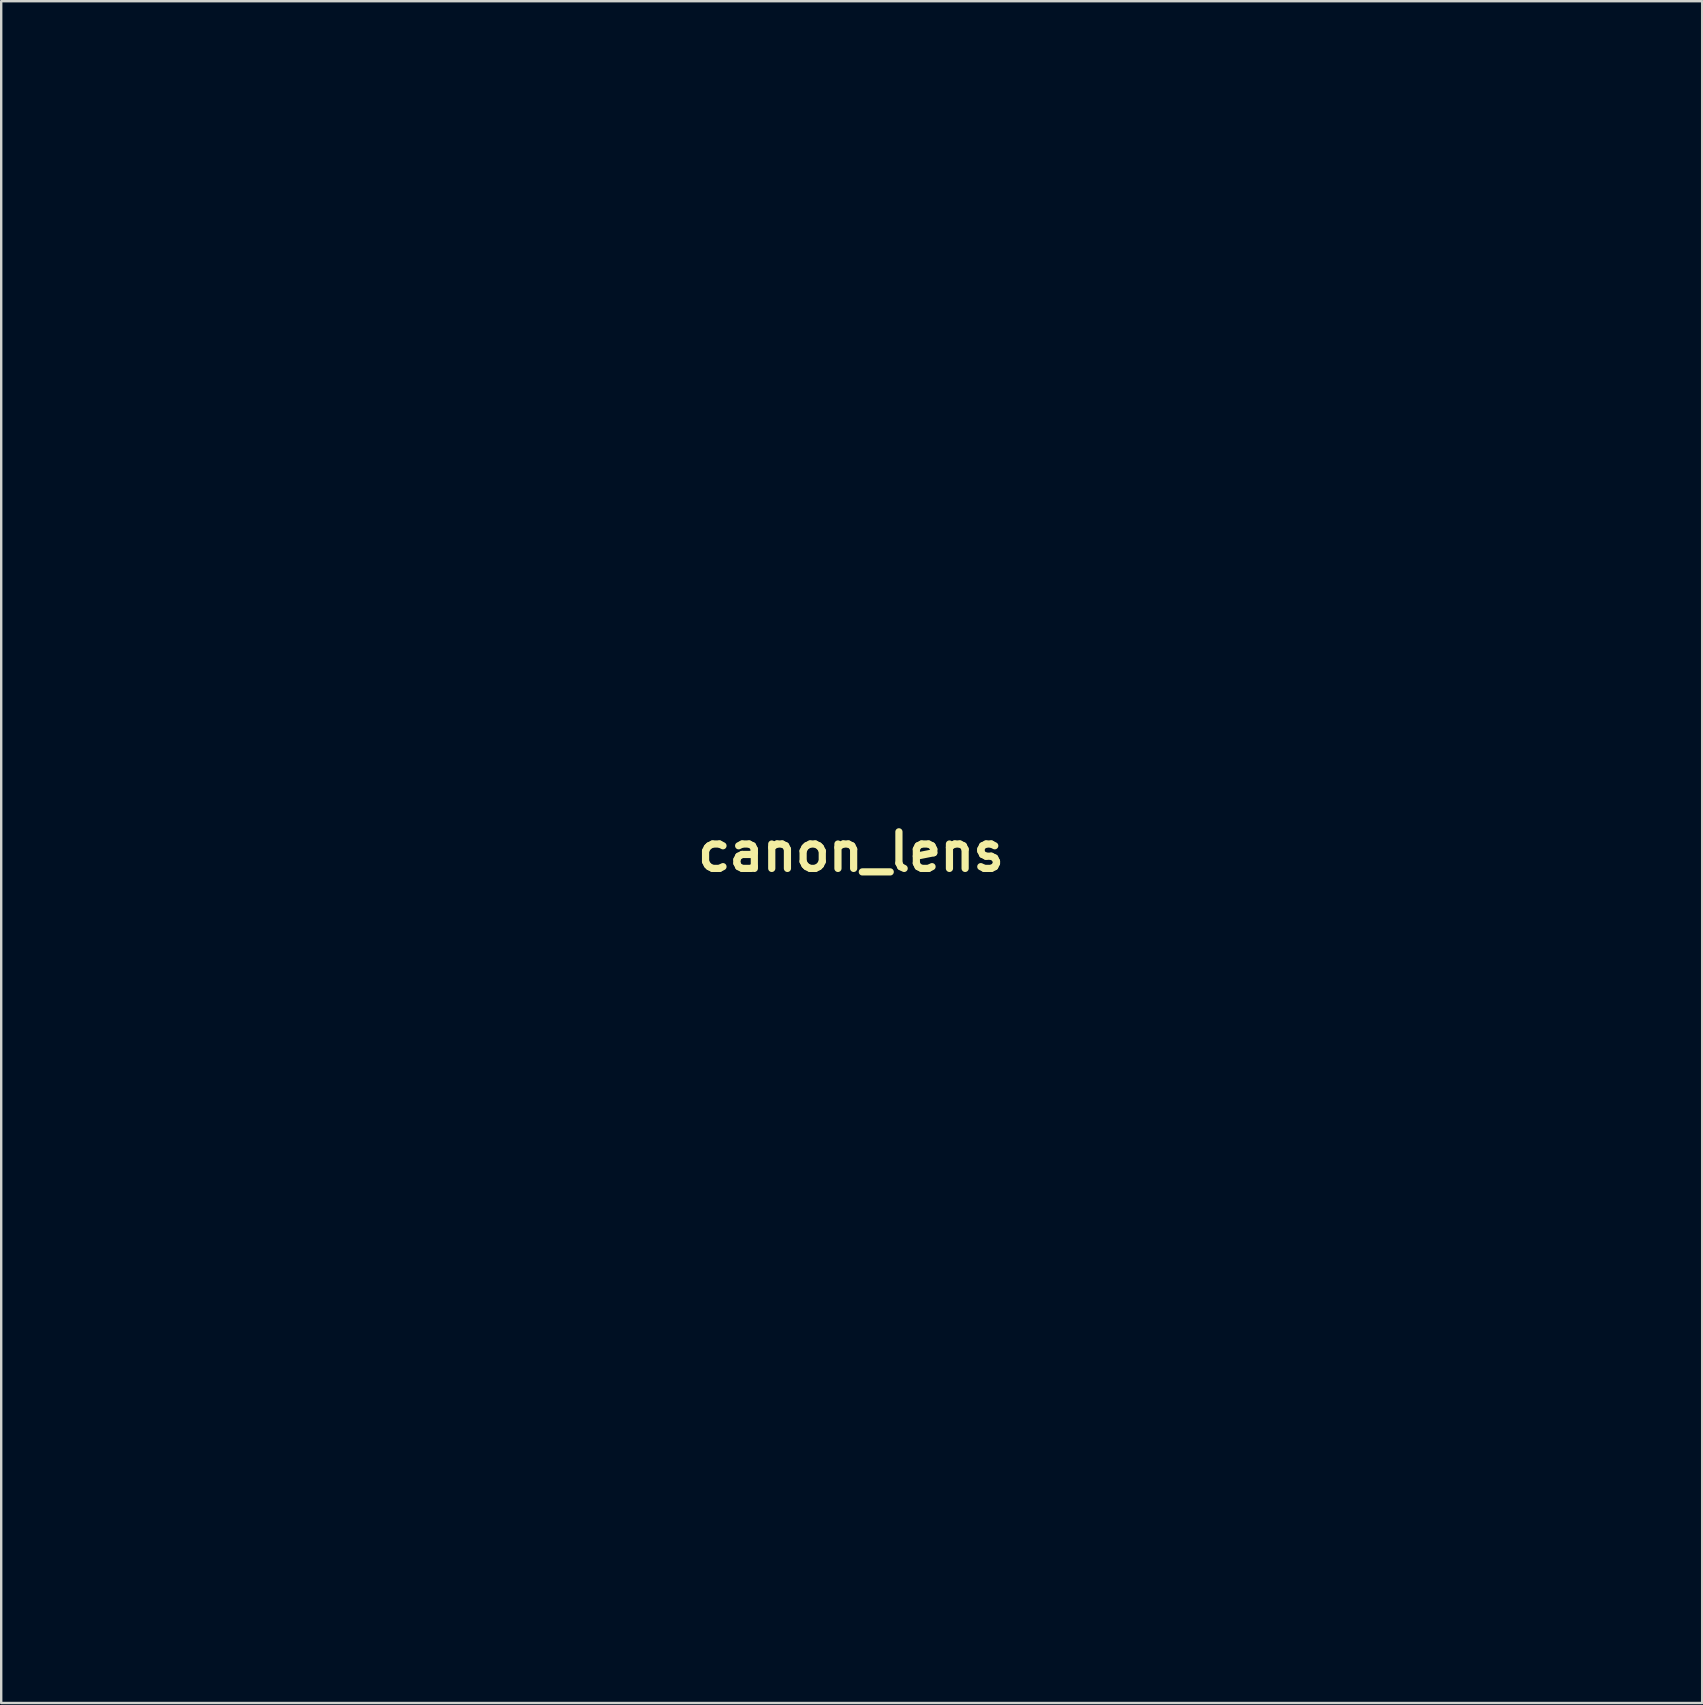
<source format=kicad_pcb>
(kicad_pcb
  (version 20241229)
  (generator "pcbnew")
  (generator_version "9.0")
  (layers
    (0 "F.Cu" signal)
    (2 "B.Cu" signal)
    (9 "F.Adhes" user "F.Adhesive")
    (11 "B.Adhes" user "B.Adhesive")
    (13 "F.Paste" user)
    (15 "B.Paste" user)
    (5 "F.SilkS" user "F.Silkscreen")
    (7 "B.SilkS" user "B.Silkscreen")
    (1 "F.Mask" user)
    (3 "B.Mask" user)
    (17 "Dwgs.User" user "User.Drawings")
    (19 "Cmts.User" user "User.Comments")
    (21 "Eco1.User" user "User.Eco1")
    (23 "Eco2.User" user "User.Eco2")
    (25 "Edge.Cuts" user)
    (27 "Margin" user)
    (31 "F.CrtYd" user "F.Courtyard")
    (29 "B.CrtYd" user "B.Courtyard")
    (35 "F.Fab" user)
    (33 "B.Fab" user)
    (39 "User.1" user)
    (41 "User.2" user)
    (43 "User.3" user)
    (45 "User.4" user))
  (footprint "canon_lens"
    (layer "F.Cu")
    (at 32.401 32.436)
    (property "Reference" "canon_lens" (at 0 0 0) (layer "F.SilkS") (effects (font (size 1.524 1.524) (thickness 0.3))))
    (attr through_hole)
    (fp_poly (pts (xy -11.016 24.08) (xy -11.061 24.125) (xy -11.107 24.08) (xy -11.061 24.034) (xy -11.016 24.08)) (stroke (width 0.01) (type solid)) (fill no) (layer "Eco1.User"))
    (fp_poly (pts (xy -2.276 20.803) (xy -2.322 20.848) (xy -2.367 20.803) (xy -2.322 20.757) (xy -2.276 20.803)) (stroke (width 0.01) (type solid)) (fill no) (layer "Eco1.User"))
    (fp_poly (pts (xy -3.457 21.744) (xy -3.384 21.932) (xy -3.419 22.183) (xy -3.584 22.344) (xy -3.841 22.39) (xy -4.074 22.335) (xy -4.151 22.222) (xy -4.18 22.05) (xy -4.027 22.05) (xy -3.954 22.162) (xy -3.764 22.251) (xy -3.588 22.183) (xy -3.516 22.073) (xy -3.534 21.909) (xy -3.66 21.767) (xy -3.825 21.715) (xy -3.865 21.724) (xy -4.02 21.86) (xy -4.027 22.05) (xy -4.18 22.05) (xy -4.187 22.007) (xy -4.188 21.98) (xy -4.163 21.758) (xy -4.059 21.648) (xy -3.946 21.61) (xy -3.657 21.606) (xy -3.457 21.744)) (stroke (width 0.01) (type solid)) (fill no) (layer "Eco1.User"))
    (fp_poly (pts (xy 0.296 -0.381) (xy 0.434 -0.171) (xy 0.455 0) (xy 0.385 0.273) (xy 0.195 0.427) (xy -0.084 0.444) (xy -0.25 0.395) (xy -0.332 0.277) (xy -0.36 0.068) (xy -0.167 0.068) (xy -0.08 0.221) (xy 0.068 0.256) (xy 0.2 0.147) (xy 0.228 0) (xy 0.171 -0.178) (xy 0.045 -0.262) (xy -0.089 -0.229) (xy -0.147 -0.143) (xy -0.167 0.068) (xy -0.36 0.068) (xy -0.361 0.064) (xy -0.338 -0.168) (xy -0.261 -0.339) (xy -0.255 -0.346) (xy -0.077 -0.437) (xy 0.046 -0.455) (xy 0.296 -0.381)) (stroke (width 0.01) (type solid)) (fill no) (layer "Eco1.User"))
    (fp_poly (pts (xy 24.04 -18.05) (xy 24.193 -17.861) (xy 24.216 -17.707) (xy 24.142 -17.457) (xy 23.932 -17.319) (xy 23.761 -17.297) (xy 23.539 -17.337) (xy 23.415 -17.407) (xy 23.324 -17.584) (xy 23.306 -17.707) (xy 23.32 -17.754) (xy 23.525 -17.754) (xy 23.538 -17.636) (xy 23.664 -17.508) (xy 23.842 -17.491) (xy 23.985 -17.586) (xy 24.004 -17.623) (xy 23.992 -17.799) (xy 23.929 -17.897) (xy 23.765 -17.963) (xy 23.609 -17.901) (xy 23.525 -17.754) (xy 23.32 -17.754) (xy 23.38 -17.958) (xy 23.59 -18.095) (xy 23.761 -18.117) (xy 24.04 -18.05)) (stroke (width 0.01) (type solid)) (fill no) (layer "Eco1.User"))
    (fp_poly (pts (xy -23.469 17.495) (xy -23.263 17.601) (xy -23.212 17.668) (xy -23.172 17.896) (xy -23.267 18.1) (xy -23.45 18.246) (xy -23.672 18.298) (xy -23.887 18.223) (xy -23.925 18.19) (xy -24.023 17.982) (xy -24.016 17.865) (xy -23.829 17.865) (xy -23.822 17.973) (xy -23.699 18.092) (xy -23.522 18.106) (xy -23.381 18.015) (xy -23.365 17.983) (xy -23.382 17.819) (xy -23.46 17.703) (xy -23.588 17.607) (xy -23.698 17.652) (xy -23.741 17.694) (xy -23.829 17.865) (xy -24.016 17.865) (xy -24.008 17.735) (xy -23.925 17.589) (xy -23.718 17.488) (xy -23.469 17.495)) (stroke (width 0.01) (type solid)) (fill no) (layer "Eco1.User"))
    (fp_poly (pts (xy -23.384 -18.271) (xy -23.22 -18.168) (xy -23.148 -17.984) (xy -23.14 -17.781) (xy -23.195 -17.593) (xy -23.34 -17.519) (xy -23.443 -17.507) (xy -23.677 -17.51) (xy -23.83 -17.538) (xy -23.916 -17.659) (xy -23.936 -17.837) (xy -23.751 -17.837) (xy -23.697 -17.684) (xy -23.665 -17.658) (xy -23.468 -17.626) (xy -23.304 -17.737) (xy -23.276 -17.791) (xy -23.281 -17.977) (xy -23.413 -18.094) (xy -23.544 -18.102) (xy -23.692 -18.004) (xy -23.751 -17.837) (xy -23.936 -17.837) (xy -23.94 -17.869) (xy -23.899 -18.083) (xy -23.834 -18.19) (xy -23.627 -18.288) (xy -23.384 -18.271)) (stroke (width 0.01) (type solid)) (fill no) (layer "Eco1.User"))
    (fp_poly (pts (xy -5.73 21.188) (xy -5.577 21.377) (xy -5.553 21.531) (xy -5.626 21.775) (xy -5.815 21.913) (xy -6.076 21.929) (xy -6.304 21.842) (xy -6.433 21.676) (xy -6.451 21.494) (xy -6.239 21.494) (xy -6.23 21.606) (xy -6.105 21.731) (xy -5.926 21.747) (xy -5.783 21.65) (xy -5.766 21.615) (xy -5.78 21.444) (xy -5.86 21.322) (xy -5.989 21.223) (xy -6.097 21.264) (xy -6.149 21.313) (xy -6.239 21.494) (xy -6.451 21.494) (xy -6.455 21.446) (xy -6.363 21.24) (xy -6.355 21.23) (xy -6.184 21.146) (xy -6.009 21.121) (xy -5.73 21.188)) (stroke (width 0.01) (type solid)) (fill no) (layer "Eco1.User"))
    (fp_poly (pts (xy 2.175 21.886) (xy 2.231 21.941) (xy 2.341 22.113) (xy 2.316 22.296) (xy 2.292 22.351) (xy 2.127 22.521) (xy 1.885 22.585) (xy 1.644 22.528) (xy 1.566 22.469) (xy 1.475 22.291) (xy 1.457 22.172) (xy 1.66 22.172) (xy 1.731 22.351) (xy 1.839 22.466) (xy 1.925 22.453) (xy 2.038 22.348) (xy 2.131 22.167) (xy 2.08 22.01) (xy 1.907 21.941) (xy 1.899 21.941) (xy 1.722 22.009) (xy 1.66 22.172) (xy 1.457 22.172) (xy 1.457 22.168) (xy 1.527 21.925) (xy 1.705 21.787) (xy 1.938 21.769) (xy 2.175 21.886)) (stroke (width 0.01) (type solid)) (fill no) (layer "Eco1.User"))
    (fp_poly (pts (xy 4.393 21.468) (xy 4.531 21.679) (xy 4.552 21.849) (xy 4.485 22.128) (xy 4.296 22.281) (xy 4.142 22.305) (xy 3.933 22.255) (xy 3.842 22.195) (xy 3.758 22.025) (xy 3.74 21.899) (xy 3.921 21.899) (xy 3.992 22.037) (xy 4.028 22.056) (xy 4.246 22.054) (xy 4.397 21.91) (xy 4.403 21.895) (xy 4.383 21.741) (xy 4.251 21.624) (xy 4.077 21.601) (xy 4.052 21.609) (xy 3.943 21.726) (xy 3.921 21.899) (xy 3.74 21.899) (xy 3.733 21.849) (xy 3.799 21.571) (xy 3.988 21.418) (xy 4.142 21.394) (xy 4.393 21.468)) (stroke (width 0.01) (type solid)) (fill no) (layer "Eco1.User"))
    (fp_poly (pts (xy 6.487 21.013) (xy 6.624 21.223) (xy 6.646 21.394) (xy 6.579 21.673) (xy 6.39 21.826) (xy 6.236 21.849) (xy 6.027 21.8) (xy 5.936 21.74) (xy 5.852 21.57) (xy 5.834 21.45) (xy 6.016 21.45) (xy 6.092 21.59) (xy 6.122 21.607) (xy 6.302 21.653) (xy 6.412 21.574) (xy 6.459 21.495) (xy 6.48 21.308) (xy 6.372 21.171) (xy 6.189 21.141) (xy 6.146 21.154) (xy 6.035 21.273) (xy 6.016 21.45) (xy 5.834 21.45) (xy 5.827 21.394) (xy 5.893 21.116) (xy 6.082 20.963) (xy 6.236 20.939) (xy 6.487 21.013)) (stroke (width 0.01) (type solid)) (fill no) (layer "Eco1.User"))
    (fp_poly (pts (xy 8.672 20.285) (xy 8.809 20.495) (xy 8.831 20.666) (xy 8.764 20.944) (xy 8.575 21.097) (xy 8.421 21.121) (xy 8.212 21.072) (xy 8.121 21.012) (xy 8.037 20.842) (xy 8.019 20.716) (xy 8.2 20.716) (xy 8.271 20.853) (xy 8.307 20.873) (xy 8.525 20.87) (xy 8.676 20.726) (xy 8.682 20.711) (xy 8.662 20.557) (xy 8.53 20.441) (xy 8.355 20.418) (xy 8.331 20.425) (xy 8.221 20.542) (xy 8.2 20.716) (xy 8.019 20.716) (xy 8.011 20.666) (xy 8.078 20.387) (xy 8.267 20.235) (xy 8.421 20.211) (xy 8.672 20.285)) (stroke (width 0.01) (type solid)) (fill no) (layer "Eco1.User"))
    (fp_poly (pts (xy 24.057 17.463) (xy 24.195 17.673) (xy 24.216 17.844) (xy 24.15 18.122) (xy 23.961 18.275) (xy 23.807 18.299) (xy 23.598 18.25) (xy 23.506 18.19) (xy 23.422 18.019) (xy 23.397 17.846) (xy 23.579 17.846) (xy 23.658 18.027) (xy 23.864 18.11) (xy 23.962 18.055) (xy 24.038 17.976) (xy 24.107 17.837) (xy 24.024 17.703) (xy 24.02 17.699) (xy 23.841 17.614) (xy 23.671 17.66) (xy 23.581 17.812) (xy 23.579 17.846) (xy 23.397 17.846) (xy 23.397 17.844) (xy 23.464 17.565) (xy 23.653 17.412) (xy 23.807 17.389) (xy 24.057 17.463)) (stroke (width 0.01) (type solid)) (fill no) (layer "Eco1.User"))
    (fp_poly (pts (xy 29.94 -0.233) (xy 30.058 -0.048) (xy 30.114 0.151) (xy 30.04 0.314) (xy 29.998 0.364) (xy 29.769 0.514) (xy 29.516 0.533) (xy 29.333 0.437) (xy 29.225 0.221) (xy 29.234 0.077) (xy 29.422 0.077) (xy 29.434 0.236) (xy 29.52 0.304) (xy 29.692 0.35) (xy 29.811 0.284) (xy 29.865 0.223) (xy 29.932 0.088) (xy 29.854 -0.046) (xy 29.835 -0.065) (xy 29.696 -0.161) (xy 29.565 -0.11) (xy 29.547 -0.095) (xy 29.422 0.077) (xy 29.234 0.077) (xy 29.24 -0.029) (xy 29.365 -0.234) (xy 29.445 -0.287) (xy 29.724 -0.345) (xy 29.94 -0.233)) (stroke (width 0.01) (type solid)) (fill no) (layer "Eco1.User"))
    (fp_poly (pts (xy -7.848 20.442) (xy -7.757 20.502) (xy -7.665 20.68) (xy -7.647 20.803) (xy -7.721 21.046) (xy -7.916 21.185) (xy -8.194 21.198) (xy -8.353 21.152) (xy -8.439 21.033) (xy -8.463 20.825) (xy -8.456 20.79) (xy -8.324 20.79) (xy -8.236 20.974) (xy -8.229 20.982) (xy -8.104 21.093) (xy -8.057 21.121) (xy -7.975 21.065) (xy -7.885 20.982) (xy -7.79 20.797) (xy -7.852 20.643) (xy -8.046 20.575) (xy -8.057 20.575) (xy -8.257 20.638) (xy -8.324 20.79) (xy -8.456 20.79) (xy -8.423 20.611) (xy -8.357 20.502) (xy -8.18 20.411) (xy -8.057 20.393) (xy -7.848 20.442)) (stroke (width 0.01) (type solid)) (fill no) (layer "Eco1.User"))
    (fp_poly (pts (xy -0.159 21.894) (xy 0.046 22.065) (xy 0.054 22.077) (xy 0.15 22.255) (xy 0.135 22.395) (xy 0.054 22.532) (xy -0.149 22.722) (xy -0.397 22.736) (xy -0.569 22.662) (xy -0.689 22.501) (xy -0.726 22.262) (xy -0.723 22.251) (xy -0.546 22.251) (xy -0.486 22.403) (xy -0.358 22.539) (xy -0.266 22.578) (xy -0.164 22.516) (xy -0.087 22.437) (xy -0.018 22.298) (xy -0.101 22.164) (xy -0.105 22.16) (xy -0.271 22.081) (xy -0.443 22.104) (xy -0.542 22.215) (xy -0.546 22.251) (xy -0.723 22.251) (xy -0.673 22.034) (xy -0.619 21.959) (xy -0.403 21.854) (xy -0.159 21.894)) (stroke (width 0.01) (type solid)) (fill no) (layer "Eco1.User"))
    (fp_poly (pts (xy -5.573 20.823) (xy -5.469 20.902) (xy -5.248 21.182) (xy -5.176 21.49) (xy -5.232 21.792) (xy -5.396 22.054) (xy -5.644 22.244) (xy -5.956 22.327) (xy -6.31 22.272) (xy -6.35 22.256) (xy -6.649 22.046) (xy -6.809 21.753) (xy -6.819 21.517) (xy -6.646 21.517) (xy -6.572 21.838) (xy -6.38 22.057) (xy -6.11 22.158) (xy -5.804 22.123) (xy -5.531 21.961) (xy -5.398 21.736) (xy -5.378 21.446) (xy -5.469 21.164) (xy -5.571 21.034) (xy -5.854 20.872) (xy -6.147 20.864) (xy -6.407 20.989) (xy -6.588 21.228) (xy -6.646 21.517) (xy -6.819 21.517) (xy -6.824 21.418) (xy -6.687 21.084) (xy -6.562 20.932) (xy -6.245 20.714) (xy -5.914 20.678) (xy -5.573 20.823)) (stroke (width 0.01) (type solid)) (fill no) (layer "Eco1.User"))
    (fp_poly (pts (xy 6.415 20.592) (xy 6.758 20.76) (xy 6.798 20.793) (xy 7.006 21.073) (xy 7.067 21.392) (xy 6.999 21.708) (xy 6.817 21.978) (xy 6.539 22.16) (xy 6.243 22.214) (xy 5.953 22.156) (xy 5.709 22.03) (xy 5.478 21.744) (xy 5.407 21.399) (xy 5.419 21.354) (xy 5.564 21.354) (xy 5.606 21.584) (xy 5.742 21.792) (xy 5.997 21.986) (xy 6.303 22.028) (xy 6.608 21.913) (xy 6.708 21.834) (xy 6.888 21.568) (xy 6.887 21.279) (xy 6.73 20.997) (xy 6.495 20.803) (xy 6.252 20.758) (xy 5.962 20.791) (xy 5.777 20.91) (xy 5.658 21.092) (xy 5.564 21.354) (xy 5.419 21.354) (xy 5.503 21.039) (xy 5.746 20.739) (xy 6.064 20.587) (xy 6.415 20.592)) (stroke (width 0.01) (type solid)) (fill no) (layer "Eco1.User"))
    (fp_poly (pts (xy 8.775 19.922) (xy 9.039 20.122) (xy 9.203 20.402) (xy 9.252 20.721) (xy 9.167 21.037) (xy 8.983 21.267) (xy 8.644 21.451) (xy 8.269 21.46) (xy 8.011 21.367) (xy 7.743 21.149) (xy 7.611 20.863) (xy 7.605 20.626) (xy 7.749 20.626) (xy 7.791 20.856) (xy 7.927 21.063) (xy 8.182 21.258) (xy 8.488 21.3) (xy 8.793 21.185) (xy 8.893 21.105) (xy 9.073 20.84) (xy 9.071 20.551) (xy 8.915 20.269) (xy 8.68 20.075) (xy 8.437 20.03) (xy 8.147 20.062) (xy 7.962 20.182) (xy 7.843 20.364) (xy 7.749 20.626) (xy 7.605 20.626) (xy 7.604 20.553) (xy 7.711 20.256) (xy 7.92 20.016) (xy 8.222 19.871) (xy 8.428 19.847) (xy 8.775 19.922)) (stroke (width 0.01) (type solid)) (fill no) (layer "Eco1.User"))
    (fp_poly (pts (xy -7.715 20.066) (xy -7.455 20.261) (xy -7.291 20.535) (xy -7.235 20.848) (xy -7.298 21.157) (xy -7.49 21.423) (xy -7.656 21.535) (xy -8.037 21.657) (xy -8.382 21.602) (xy -8.619 21.449) (xy -8.823 21.171) (xy -8.874 20.904) (xy -8.74 20.904) (xy -8.664 21.094) (xy -8.479 21.289) (xy -8.246 21.437) (xy -8.057 21.485) (xy -7.83 21.422) (xy -7.605 21.27) (xy -7.598 21.262) (xy -7.42 21.033) (xy -7.387 20.807) (xy -7.477 20.54) (xy -7.67 20.288) (xy -7.926 20.173) (xy -8.202 20.184) (xy -8.457 20.308) (xy -8.65 20.534) (xy -8.738 20.849) (xy -8.74 20.904) (xy -8.874 20.904) (xy -8.885 20.849) (xy -8.819 20.527) (xy -8.642 20.248) (xy -8.372 20.056) (xy -8.062 19.992) (xy -7.715 20.066)) (stroke (width 0.01) (type solid)) (fill no) (layer "Eco1.User"))
    (fp_poly (pts (xy -0.003 21.519) (xy 0.206 21.652) (xy 0.311 21.765) (xy 0.51 22.108) (xy 0.528 22.442) (xy 0.365 22.764) (xy 0.28 22.858) (xy -0.042 23.074) (xy -0.388 23.129) (xy -0.719 23.02) (xy -0.869 22.901) (xy -1.038 22.654) (xy -1.092 22.334) (xy -1.092 22.305) (xy -0.941 22.305) (xy -0.864 22.61) (xy -0.667 22.829) (xy -0.396 22.941) (xy -0.1 22.927) (xy 0.174 22.768) (xy 0.182 22.76) (xy 0.34 22.494) (xy 0.35 22.206) (xy 0.233 21.941) (xy 0.011 21.746) (xy -0.297 21.667) (xy -0.308 21.667) (xy -0.63 21.746) (xy -0.852 21.961) (xy -0.94 22.28) (xy -0.941 22.305) (xy -1.092 22.305) (xy -1.019 21.918) (xy -0.809 21.645) (xy -0.479 21.503) (xy -0.285 21.485) (xy -0.003 21.519)) (stroke (width 0.01) (type solid)) (fill no) (layer "Eco1.User"))
    (fp_poly (pts (xy 2.154 21.399) (xy 2.456 21.584) (xy 2.654 21.876) (xy 2.725 22.219) (xy 2.649 22.56) (xy 2.637 22.583) (xy 2.465 22.769) (xy 2.198 22.933) (xy 1.925 23.024) (xy 1.848 23.03) (xy 1.634 22.985) (xy 1.502 22.928) (xy 1.23 22.707) (xy 1.106 22.404) (xy 1.092 22.216) (xy 1.112 22.11) (xy 1.228 22.11) (xy 1.279 22.407) (xy 1.478 22.7) (xy 1.743 22.839) (xy 2.04 22.815) (xy 2.326 22.627) (xy 2.507 22.342) (xy 2.532 22.041) (xy 2.41 21.772) (xy 2.15 21.581) (xy 2.128 21.572) (xy 1.802 21.527) (xy 1.521 21.625) (xy 1.318 21.831) (xy 1.228 22.11) (xy 1.112 22.11) (xy 1.165 21.825) (xy 1.364 21.538) (xy 1.66 21.377) (xy 2.021 21.365) (xy 2.154 21.399)) (stroke (width 0.01) (type solid)) (fill no) (layer "Eco1.User"))
    (fp_poly (pts (xy 4.532 21.129) (xy 4.704 21.248) (xy 4.911 21.528) (xy 4.972 21.847) (xy 4.904 22.163) (xy 4.723 22.434) (xy 4.447 22.616) (xy 4.157 22.669) (xy 3.878 22.623) (xy 3.656 22.523) (xy 3.409 22.251) (xy 3.323 21.907) (xy 3.339 21.81) (xy 3.47 21.81) (xy 3.512 22.039) (xy 3.648 22.247) (xy 3.878 22.439) (xy 4.142 22.487) (xy 4.435 22.425) (xy 4.636 22.247) (xy 4.768 22.035) (xy 4.825 21.854) (xy 4.825 21.849) (xy 4.745 21.588) (xy 4.542 21.362) (xy 4.278 21.229) (xy 4.158 21.214) (xy 3.869 21.246) (xy 3.683 21.365) (xy 3.564 21.548) (xy 3.47 21.81) (xy 3.339 21.81) (xy 3.373 21.609) (xy 3.563 21.28) (xy 3.848 21.082) (xy 4.185 21.028) (xy 4.532 21.129)) (stroke (width 0.01) (type solid)) (fill no) (layer "Eco1.User"))
    (fp_poly (pts (xy -3.518 21.209) (xy -3.253 21.376) (xy -3.062 21.623) (xy -2.969 21.918) (xy -2.999 22.228) (xy -3.178 22.52) (xy -3.191 22.533) (xy -3.464 22.717) (xy -3.785 22.814) (xy -4.073 22.798) (xy -4.097 22.79) (xy -4.392 22.589) (xy -4.566 22.299) (xy -4.612 21.986) (xy -4.461 21.986) (xy -4.388 22.232) (xy -4.208 22.468) (xy -3.978 22.631) (xy -3.822 22.669) (xy -3.58 22.625) (xy -3.449 22.572) (xy -3.229 22.371) (xy -3.144 22.108) (xy -3.179 21.827) (xy -3.32 21.571) (xy -3.551 21.382) (xy -3.859 21.303) (xy -3.878 21.303) (xy -4.069 21.379) (xy -4.265 21.565) (xy -4.413 21.797) (xy -4.461 21.986) (xy -4.612 21.986) (xy -4.615 21.966) (xy -4.538 21.637) (xy -4.333 21.359) (xy -4.168 21.248) (xy -3.831 21.155) (xy -3.518 21.209)) (stroke (width 0.01) (type solid)) (fill no) (layer "Eco1.User"))
    (fp_poly (pts (xy 30.005 -1.055) (xy 30.222 -0.976) (xy 30.42 -0.826) (xy 30.624 -0.6) (xy 30.663 -0.545) (xy 30.802 -0.29) (xy 30.849 -0.029) (xy 30.838 0.213) (xy 30.715 0.652) (xy 30.457 0.993) (xy 30.094 1.216) (xy 29.654 1.3) (xy 29.332 1.268) (xy 28.937 1.103) (xy 28.655 0.818) (xy 28.496 0.442) (xy 28.476 0.077) (xy 28.612 0.077) (xy 28.642 0.298) (xy 28.734 0.515) (xy 28.995 0.868) (xy 29.341 1.077) (xy 29.737 1.13) (xy 30.144 1.019) (xy 30.278 0.943) (xy 30.52 0.68) (xy 30.657 0.299) (xy 30.68 0.032) (xy 30.638 -0.233) (xy 30.486 -0.477) (xy 30.371 -0.601) (xy 30.138 -0.801) (xy 29.917 -0.891) (xy 29.655 -0.91) (xy 29.224 -0.837) (xy 28.901 -0.617) (xy 28.69 -0.254) (xy 28.668 -0.186) (xy 28.612 0.077) (xy 28.476 0.077) (xy 28.472 0.006) (xy 28.592 -0.46) (xy 28.67 -0.624) (xy 28.891 -0.86) (xy 29.225 -1.019) (xy 29.615 -1.088) (xy 30.005 -1.055)) (stroke (width 0.01) (type solid)) (fill no) (layer "Eco1.User"))
    (fp_poly (pts (xy 24.208 -19.153) (xy 24.642 -18.957) (xy 24.668 -18.939) (xy 24.948 -18.652) (xy 25.171 -18.265) (xy 25.295 -17.858) (xy 25.307 -17.713) (xy 25.227 -17.253) (xy 25.002 -16.852) (xy 24.666 -16.532) (xy 24.25 -16.311) (xy 23.787 -16.211) (xy 23.312 -16.253) (xy 23.078 -16.333) (xy 22.687 -16.597) (xy 22.415 -16.969) (xy 22.272 -17.412) (xy 22.269 -17.707) (xy 22.448 -17.707) (xy 22.509 -17.231) (xy 22.704 -16.864) (xy 23.049 -16.572) (xy 23.061 -16.565) (xy 23.455 -16.419) (xy 23.905 -16.397) (xy 24.33 -16.499) (xy 24.468 -16.569) (xy 24.828 -16.882) (xy 25.043 -17.269) (xy 25.113 -17.696) (xy 25.037 -18.126) (xy 24.815 -18.522) (xy 24.49 -18.822) (xy 24.1 -18.988) (xy 23.654 -19.024) (xy 23.223 -18.93) (xy 23.061 -18.849) (xy 22.711 -18.559) (xy 22.512 -18.194) (xy 22.448 -17.722) (xy 22.448 -17.707) (xy 22.269 -17.707) (xy 22.267 -17.891) (xy 22.409 -18.368) (xy 22.528 -18.581) (xy 22.848 -18.912) (xy 23.265 -19.122) (xy 23.734 -19.205) (xy 24.208 -19.153)) (stroke (width 0.01) (type solid)) (fill no) (layer "Eco1.User"))
    (fp_poly (pts (xy -23.426 -19.366) (xy -22.928 -19.254) (xy -22.531 -19.016) (xy -22.243 -18.683) (xy -22.072 -18.285) (xy -22.023 -17.851) (xy -22.106 -17.411) (xy -22.327 -16.996) (xy -22.693 -16.636) (xy -22.753 -16.594) (xy -23.149 -16.425) (xy -23.604 -16.381) (xy -24.046 -16.462) (xy -24.308 -16.592) (xy -24.712 -16.961) (xy -24.952 -17.395) (xy -25.015 -17.806) (xy -24.843 -17.806) (xy -24.823 -17.552) (xy -24.819 -17.537) (xy -24.699 -17.276) (xy -24.491 -16.994) (xy -24.252 -16.76) (xy -24.087 -16.657) (xy -23.706 -16.578) (xy -23.275 -16.598) (xy -22.886 -16.709) (xy -22.791 -16.76) (xy -22.462 -17.059) (xy -22.268 -17.44) (xy -22.209 -17.862) (xy -22.283 -18.288) (xy -22.488 -18.679) (xy -22.824 -18.996) (xy -22.873 -19.028) (xy -23.29 -19.186) (xy -23.72 -19.187) (xy -24.128 -19.048) (xy -24.474 -18.789) (xy -24.722 -18.425) (xy -24.822 -18.097) (xy -24.843 -17.806) (xy -25.015 -17.806) (xy -25.025 -17.874) (xy -24.924 -18.376) (xy -24.837 -18.572) (xy -24.531 -18.994) (xy -24.13 -19.261) (xy -23.643 -19.368) (xy -23.426 -19.366)) (stroke (width 0.01) (type solid)) (fill no) (layer "Eco1.User"))
    (fp_poly (pts (xy -23.334 16.358) (xy -22.903 16.506) (xy -22.526 16.78) (xy -22.236 17.18) (xy -22.163 17.345) (xy -22.067 17.824) (xy -22.124 18.303) (xy -22.319 18.739) (xy -22.634 19.088) (xy -22.879 19.241) (xy -23.173 19.33) (xy -23.543 19.377) (xy -23.909 19.378) (xy -24.192 19.328) (xy -24.22 19.317) (xy -24.636 19.04) (xy -24.933 18.655) (xy -25.098 18.198) (xy -25.1 18.142) (xy -24.941 18.142) (xy -24.911 18.347) (xy -24.814 18.523) (xy -24.638 18.729) (xy -24.234 19.068) (xy -23.798 19.227) (xy -23.329 19.208) (xy -22.919 19.057) (xy -22.717 18.903) (xy -22.504 18.662) (xy -22.431 18.555) (xy -22.257 18.129) (xy -22.242 17.695) (xy -22.367 17.285) (xy -22.613 16.935) (xy -22.963 16.676) (xy -23.397 16.543) (xy -23.554 16.532) (xy -24.071 16.595) (xy -24.468 16.794) (xy -24.744 17.13) (xy -24.899 17.601) (xy -24.926 17.831) (xy -24.941 18.142) (xy -25.1 18.142) (xy -25.12 17.707) (xy -24.986 17.22) (xy -24.926 17.101) (xy -24.615 16.709) (xy -24.223 16.457) (xy -23.785 16.341) (xy -23.334 16.358)) (stroke (width 0.01) (type solid)) (fill no) (layer "Eco1.User"))
    (fp_poly (pts (xy 24.14 16.359) (xy 24.515 16.521) (xy 24.857 16.742) (xy 25.07 16.955) (xy 25.228 17.299) (xy 25.299 17.729) (xy 25.28 18.17) (xy 25.167 18.547) (xy 25.133 18.608) (xy 24.801 18.987) (xy 24.375 19.24) (xy 23.897 19.352) (xy 23.41 19.312) (xy 23.161 19.223) (xy 22.76 18.947) (xy 22.487 18.575) (xy 22.34 18.144) (xy 22.339 18.102) (xy 22.502 18.102) (xy 22.558 18.344) (xy 22.687 18.572) (xy 22.948 18.853) (xy 23.282 19.075) (xy 23.62 19.195) (xy 23.716 19.204) (xy 23.924 19.183) (xy 24.196 19.125) (xy 24.235 19.115) (xy 24.563 18.95) (xy 24.85 18.685) (xy 25.029 18.429) (xy 25.11 18.176) (xy 25.127 17.882) (xy 25.05 17.396) (xy 24.839 16.996) (xy 24.523 16.701) (xy 24.131 16.53) (xy 23.693 16.501) (xy 23.237 16.635) (xy 23.223 16.642) (xy 22.849 16.909) (xy 22.615 17.278) (xy 22.51 17.767) (xy 22.509 17.772) (xy 22.502 18.102) (xy 22.339 18.102) (xy 22.322 17.69) (xy 22.431 17.248) (xy 22.669 16.855) (xy 23.036 16.547) (xy 23.121 16.501) (xy 23.422 16.377) (xy 23.71 16.305) (xy 23.807 16.296) (xy 24.14 16.359)) (stroke (width 0.01) (type solid)) (fill no) (layer "Eco1.User"))
    (fp_poly (pts (xy 1.111 -32.418) (xy 1.989 -32.39) (xy 2.777 -32.347) (xy 3.431 -32.29) (xy 3.459 -32.286) (xy 5.932 -31.914) (xy 8.322 -31.379) (xy 10.634 -30.68) (xy 12.873 -29.817) (xy 15.042 -28.785) (xy 17.147 -27.585) (xy 19.191 -26.213) (xy 20.484 -25.234) (xy 20.937 -24.853) (xy 21.48 -24.361) (xy 22.086 -23.787) (xy 22.726 -23.159) (xy 23.373 -22.504) (xy 24 -21.851) (xy 24.577 -21.228) (xy 25.079 -20.663) (xy 25.476 -20.185) (xy 25.527 -20.12) (xy 26.98 -18.097) (xy 28.269 -16.004) (xy 29.391 -13.848) (xy 30.345 -11.632) (xy 31.127 -9.363) (xy 31.735 -7.046) (xy 32.083 -5.235) (xy 32.191 -4.553) (xy 32.275 -3.961) (xy 32.34 -3.421) (xy 32.387 -2.895) (xy 32.419 -2.344) (xy 32.438 -1.733) (xy 32.449 -1.021) (xy 32.452 -0.173) (xy 32.452 0) (xy 32.45 0.878) (xy 32.441 1.611) (xy 32.423 2.238) (xy 32.394 2.797) (xy 32.35 3.325) (xy 32.289 3.86) (xy 32.208 4.439) (xy 32.105 5.102) (xy 32.083 5.235) (xy 31.623 7.517) (xy 30.99 9.781) (xy 30.191 12.007) (xy 29.236 14.171) (xy 28.134 16.255) (xy 26.893 18.235) (xy 26.648 18.59) (xy 25.211 20.482) (xy 23.63 22.276) (xy 21.92 23.957) (xy 20.097 25.51) (xy 18.177 26.919) (xy 16.967 27.7) (xy 14.924 28.848) (xy 12.789 29.845) (xy 10.578 30.688) (xy 8.305 31.373) (xy 5.987 31.895) (xy 3.639 32.252) (xy 1.276 32.438) (xy -1.085 32.451) (xy -2.048 32.406) (xy -4.435 32.165) (xy -6.779 31.752) (xy -9.072 31.17) (xy -11.306 30.426) (xy -13.473 29.525) (xy -15.565 28.472) (xy -17.573 27.273) (xy -19.49 25.933) (xy -21.308 24.457) (xy -23.018 22.852) (xy -24.613 21.121) (xy -26.085 19.272) (xy -27.425 17.308) (xy -28.625 15.236) (xy -29.129 14.248) (xy -30.118 12.017) (xy -30.93 9.749) (xy -31.563 7.444) (xy -32.019 5.1) (xy -32.296 2.718) (xy -32.396 0.298) (xy -32.385 -0.559) (xy -32.223 -0.559) (xy -32.179 1.838) (xy -31.959 4.211) (xy -31.567 6.552) (xy -31.003 8.853) (xy -30.271 11.106) (xy -29.371 13.304) (xy -28.306 15.438) (xy -27.078 17.5) (xy -25.689 19.483) (xy -25.122 20.211) (xy -24.592 20.841) (xy -23.958 21.545) (xy -23.253 22.289) (xy -22.512 23.037) (xy -21.77 23.757) (xy -21.059 24.413) (xy -20.414 24.973) (xy -20.207 25.142) (xy -18.268 26.58) (xy -16.24 27.865) (xy -14.133 28.992) (xy -11.957 29.96) (xy -9.722 30.764) (xy -7.438 31.402) (xy -5.114 31.871) (xy -2.76 32.167) (xy -0.387 32.287) (xy 1.962 32.23) (xy 4.372 31.992) (xy 6.74 31.579) (xy 9.058 30.996) (xy 11.318 30.247) (xy 13.51 29.337) (xy 15.628 28.27) (xy 17.662 27.05) (xy 19.605 25.682) (xy 21.448 24.17) (xy 23.183 22.518) (xy 24.802 20.731) (xy 25.574 19.778) (xy 26.942 17.873) (xy 28.171 15.857) (xy 29.254 13.746) (xy 30.183 11.552) (xy 30.952 9.292) (xy 31.318 7.971) (xy 31.464 7.381) (xy 31.601 6.8) (xy 31.72 6.271) (xy 31.81 5.836) (xy 31.86 5.553) (xy 31.921 5.144) (xy 31.995 4.641) (xy 32.069 4.133) (xy 32.094 3.96) (xy 32.155 3.427) (xy 32.207 2.752) (xy 32.248 1.976) (xy 32.277 1.137) (xy 32.295 0.278) (xy 32.299 -0.563) (xy 32.29 -1.345) (xy 32.265 -2.029) (xy 32.242 -2.385) (xy 32.061 -4.149) (xy 31.806 -5.805) (xy 31.463 -7.418) (xy 31.02 -9.049) (xy 30.641 -10.242) (xy 29.796 -12.503) (xy 28.81 -14.652) (xy 27.678 -16.697) (xy 26.393 -18.647) (xy 24.951 -20.511) (xy 23.347 -22.296) (xy 23.174 -22.474) (xy 21.799 -23.818) (xy 20.44 -25.015) (xy 19.058 -26.093) (xy 17.615 -27.079) (xy 16.074 -28.002) (xy 14.397 -28.888) (xy 14.361 -28.906) (xy 12.48 -29.776) (xy 10.603 -30.505) (xy 8.693 -31.104) (xy 6.712 -31.585) (xy 4.623 -31.96) (xy 3.947 -32.056) (xy 3.222 -32.134) (xy 2.362 -32.194) (xy 1.413 -32.235) (xy 0.42 -32.258) (xy -0.572 -32.262) (xy -1.519 -32.245) (xy -2.374 -32.208) (xy -3.091 -32.15) (xy -5.537 -31.796) (xy -7.932 -31.271) (xy -10.268 -30.577) (xy -12.537 -29.719) (xy -14.732 -28.699) (xy -16.843 -27.52) (xy -18.663 -26.327) (xy -20.377 -25.019) (xy -22.032 -23.556) (xy -23.608 -21.962) (xy -25.083 -20.26) (xy -26.435 -18.474) (xy -27.644 -16.628) (xy -27.974 -16.068) (xy -28.921 -14.272) (xy -29.774 -12.354) (xy -30.516 -10.357) (xy -31.133 -8.324) (xy -31.611 -6.297) (xy -31.776 -5.393) (xy -32.089 -2.972) (xy -32.223 -0.559) (xy -32.385 -0.559) (xy -32.382 -0.819) (xy -32.313 -2.341) (xy -32.193 -3.743) (xy -32.015 -5.081) (xy -31.77 -6.411) (xy -31.452 -7.79) (xy -31.408 -7.966) (xy -30.714 -10.317) (xy -29.858 -12.589) (xy -28.837 -14.787) (xy -27.648 -16.916) (xy -26.321 -18.937) (xy -25.594 -19.904) (xy -24.747 -20.927) (xy -23.816 -21.97) (xy -22.835 -22.992) (xy -21.842 -23.958) (xy -20.871 -24.829) (xy -20.389 -25.231) (xy -18.441 -26.688) (xy -16.402 -27.99) (xy -14.278 -29.132) (xy -12.075 -30.113) (xy -9.8 -30.93) (xy -7.46 -31.58) (xy -5.06 -32.061) (xy -3.05 -32.327) (xy -2.398 -32.377) (xy -1.611 -32.411) (xy -0.734 -32.429) (xy 0.189 -32.431) (xy 1.111 -32.418)) (stroke (width 0.01) (type solid)) (fill no) (layer "Eco1.User"))
    (fp_poly (pts (xy 1.51 -26.958) (xy 3.622 -26.76) (xy 5.71 -26.397) (xy 7.765 -25.871) (xy 9.777 -25.185) (xy 11.735 -24.339) (xy 13.63 -23.335) (xy 15.451 -22.174) (xy 17.188 -20.859) (xy 18.231 -19.957) (xy 19.799 -18.406) (xy 21.222 -16.746) (xy 22.501 -14.976) (xy 23.637 -13.093) (xy 24.214 -11.981) (xy 24.84 -10.643) (xy 25.367 -9.361) (xy 25.809 -8.092) (xy 26.182 -6.79) (xy 26.497 -5.408) (xy 26.771 -3.901) (xy 26.827 -3.551) (xy 26.885 -3.055) (xy 26.931 -2.416) (xy 26.965 -1.669) (xy 26.987 -0.853) (xy 26.997 -0.006) (xy 26.994 0.836) (xy 26.978 1.635) (xy 26.949 2.354) (xy 26.907 2.955) (xy 26.871 3.277) (xy 26.561 5.124) (xy 26.166 6.85) (xy 25.67 8.501) (xy 25.06 10.123) (xy 24.322 11.761) (xy 24.264 11.881) (xy 23.273 13.733) (xy 22.177 15.454) (xy 20.956 17.07) (xy 19.592 18.605) (xy 18.208 19.956) (xy 16.529 21.371) (xy 14.75 22.636) (xy 12.879 23.748) (xy 10.922 24.704) (xy 8.888 25.5) (xy 6.785 26.133) (xy 4.62 26.6) (xy 2.4 26.897) (xy 1.866 26.942) (xy 1.137 26.99) (xy 0.491 27.016) (xy -0.132 27.02) (xy -0.794 27.001) (xy -1.558 26.959) (xy -1.804 26.943) (xy -3.868 26.728) (xy -4.407 26.629) (xy -2.64 26.629) (xy -2.595 26.675) (xy -2.549 26.629) (xy -2.595 26.584) (xy -2.322 26.584) (xy -2.193 26.66) (xy -2.089 26.675) (xy -1.944 26.635) (xy -1.912 26.584) (xy -1.99 26.516) (xy -2.145 26.492) (xy -2.3 26.521) (xy -2.322 26.584) (xy -2.595 26.584) (xy -2.64 26.629) (xy -4.407 26.629) (xy -5.87 26.361) (xy -7.834 25.836) (xy -9.784 25.145) (xy -11.189 24.527) (xy -10.82 24.527) (xy -10.81 24.544) (xy -10.714 24.589) (xy -10.478 24.685) (xy -10.133 24.821) (xy -9.707 24.985) (xy -9.45 25.082) (xy -8.314 25.48) (xy -7.136 25.839) (xy -5.978 26.142) (xy -4.904 26.371) (xy -4.734 26.401) (xy -4.201 26.491) (xy -3.823 26.546) (xy -3.575 26.569) (xy -3.433 26.561) (xy -3.374 26.524) (xy -3.368 26.497) (xy -3.449 26.427) (xy -3.647 26.364) (xy -3.689 26.356) (xy -3.186 26.356) (xy -3.143 26.535) (xy -3.01 26.584) (xy -2.835 26.542) (xy -2.777 26.492) (xy -2.804 26.42) (xy -2.905 26.401) (xy -3.039 26.359) (xy -3.037 26.265) (xy -3.039 26.214) (xy -2.913 26.214) (xy -2.847 26.307) (xy -2.822 26.31) (xy -2.79 26.299) (xy -2.367 26.299) (xy -2.289 26.359) (xy -2.139 26.379) (xy -1.968 26.351) (xy -1.912 26.299) (xy -1.99 26.239) (xy -2.139 26.219) (xy -2.311 26.247) (xy -2.367 26.299) (xy -2.79 26.299) (xy -2.734 26.279) (xy -2.731 26.27) (xy -2.795 26.193) (xy -2.822 26.174) (xy -2.906 26.181) (xy -2.913 26.214) (xy -3.039 26.214) (xy -3.041 26.148) (xy -3.086 26.128) (xy -3.161 26.206) (xy -3.186 26.356) (xy -3.689 26.356) (xy -3.71 26.352) (xy -5.227 26.062) (xy -6.689 25.719) (xy -8.062 25.332) (xy -9.31 24.91) (xy -10.019 24.63) (xy -10.375 24.492) (xy -10.641 24.413) (xy -10.784 24.403) (xy -10.797 24.413) (xy -10.82 24.527) (xy -11.189 24.527) (xy -11.743 24.284) (xy -11.972 24.173) (xy -11.975 24.171) (xy -11.562 24.171) (xy -11.516 24.216) (xy -11.471 24.171) (xy -11.511 24.131) (xy -11.335 24.131) (xy -11.253 24.239) (xy -11.109 24.323) (xy -10.961 24.336) (xy -10.872 24.285) (xy -10.885 24.207) (xy -10.87 24.13) (xy -10.842 24.125) (xy -10.787 24.059) (xy -10.801 23.989) (xy -10.886 23.897) (xy -10.934 23.904) (xy -11.011 23.889) (xy -11.016 23.861) (xy -11.074 23.812) (xy -10.733 23.812) (xy -10.663 23.936) (xy -10.652 24.027) (xy -10.566 24.143) (xy -10.325 24.293) (xy -9.948 24.47) (xy -9.457 24.667) (xy -8.872 24.877) (xy -8.216 25.092) (xy -7.508 25.306) (xy -6.771 25.511) (xy -6.024 25.701) (xy -5.289 25.869) (xy -4.916 25.945) (xy -4.363 26.054) (xy -3.962 26.13) (xy -3.689 26.177) (xy -3.516 26.197) (xy -3.419 26.191) (xy -3.371 26.163) (xy -3.347 26.114) (xy -3.336 26.083) (xy -3.214 25.962) (xy -3.144 25.946) (xy -3.02 25.91) (xy -3.003 25.878) (xy -2.993 25.772) (xy -2.991 25.755) (xy -2.777 25.755) (xy -2.762 25.887) (xy -2.731 25.974) (xy -2.686 26.037) (xy -2.683 26.04) (xy -2.504 26.148) (xy -2.337 26.092) (xy -2.207 25.892) (xy -2.143 25.63) (xy -2.122 25.43) (xy -2.09 25.081) (xy -2.05 24.618) (xy -2.004 24.073) (xy -1.957 23.48) (xy -1.944 23.324) (xy -1.895 22.675) (xy -1.861 22.184) (xy -1.843 21.827) (xy -1.841 21.578) (xy -1.854 21.415) (xy -1.882 21.314) (xy -1.926 21.25) (xy -1.93 21.246) (xy -2.031 21.167) (xy -2.117 21.16) (xy -2.193 21.24) (xy -2.263 21.421) (xy -2.331 21.721) (xy -2.402 22.153) (xy -2.478 22.733) (xy -2.566 23.477) (xy -2.582 23.62) (xy -2.66 24.319) (xy -2.717 24.859) (xy -2.755 25.264) (xy -2.775 25.555) (xy -2.777 25.755) (xy -2.991 25.755) (xy -2.964 25.511) (xy -2.919 25.119) (xy -2.862 24.622) (xy -2.795 24.044) (xy -2.735 23.534) (xy -2.653 22.822) (xy -2.593 22.271) (xy -2.554 21.858) (xy -2.535 21.562) (xy -2.534 21.364) (xy -2.55 21.241) (xy -2.583 21.173) (xy -2.6 21.157) (xy -2.713 21.018) (xy -2.731 20.952) (xy -2.762 20.853) (xy -2.776 20.848) (xy -2.877 20.832) (xy -2.948 20.819) (xy -2.549 20.819) (xy -2.517 20.984) (xy -2.387 21.019) (xy -2.344 21.014) (xy -2.182 20.939) (xy -2.134 20.848) (xy -2.144 20.807) (xy -1.857 20.807) (xy -1.828 21.076) (xy -1.784 21.08) (xy -1.73 20.985) (xy -1.67 20.864) (xy -1.648 20.908) (xy -1.645 20.967) (xy -1.604 21.077) (xy -1.527 21.056) (xy -1.466 20.936) (xy -1.457 20.852) (xy -1.523 20.685) (xy -1.674 20.617) (xy -1.787 20.652) (xy -1.857 20.807) (xy -2.144 20.807) (xy -2.182 20.646) (xy -2.314 20.539) (xy -2.419 20.545) (xy -2.519 20.664) (xy -2.549 20.819) (xy -2.948 20.819) (xy -3.123 20.786) (xy -3.477 20.719) (xy -3.907 20.636) (xy -4.002 20.618) (xy -4.641 20.478) (xy -5.355 20.297) (xy -6.092 20.089) (xy -6.801 19.871) (xy -7.429 19.656) (xy -7.891 19.475) (xy -8.158 19.371) (xy -8.337 19.343) (xy -8.505 19.387) (xy -8.6 19.429) (xy -8.697 19.488) (xy -8.793 19.581) (xy -8.901 19.73) (xy -9.032 19.954) (xy -9.196 20.273) (xy -9.406 20.707) (xy -9.672 21.276) (xy -9.851 21.663) (xy -10.109 22.235) (xy -10.336 22.752) (xy -10.52 23.19) (xy -10.653 23.528) (xy -10.726 23.743) (xy -10.733 23.812) (xy -11.074 23.812) (xy -11.082 23.806) (xy -11.152 23.819) (xy -11.247 23.901) (xy -11.242 23.945) (xy -11.266 24.036) (xy -11.301 24.053) (xy -11.335 24.131) (xy -11.511 24.131) (xy -11.516 24.125) (xy -11.562 24.171) (xy -11.975 24.171) (xy -13.892 23.131) (xy -15.703 21.946) (xy -17.412 20.611) (xy -19.026 19.122) (xy -19.029 19.12) (xy -20.534 17.49) (xy -21.887 15.765) (xy -23.085 13.953) (xy -24.127 12.063) (xy -25.009 10.104) (xy -25.729 8.084) (xy -26.285 6.013) (xy -26.674 3.898) (xy -26.894 1.748) (xy -26.938 -0.271) (xy -26.77 -0.271) (xy -26.709 1.912) (xy -26.472 4.067) (xy -26.062 6.185) (xy -25.481 8.259) (xy -24.732 10.282) (xy -23.817 12.246) (xy -22.738 14.143) (xy -21.496 15.965) (xy -20.096 17.705) (xy -19.675 18.176) (xy -18.783 19.096) (xy -17.789 20.017) (xy -16.728 20.912) (xy -15.635 21.755) (xy -14.543 22.519) (xy -13.486 23.177) (xy -12.677 23.616) (xy -12.382 23.746) (xy -12.225 23.781) (xy -12.199 23.737) (xy -12.208 23.727) (xy -11.983 23.727) (xy -11.968 23.89) (xy -11.921 23.946) (xy -11.772 23.984) (xy -11.642 23.947) (xy -11.605 23.861) (xy -11.613 23.843) (xy -11.595 23.767) (xy -11.562 23.761) (xy -11.504 23.705) (xy -11.519 23.666) (xy -11.622 23.626) (xy -11.709 23.679) (xy -11.801 23.737) (xy -11.788 23.653) (xy -11.782 23.638) (xy -11.777 23.521) (xy -11.42 23.521) (xy -11.42 23.523) (xy -11.335 23.679) (xy -11.162 23.694) (xy -11.156 23.693) (xy -11.078 23.657) (xy -10.989 23.565) (xy -10.878 23.399) (xy -10.734 23.141) (xy -10.549 22.772) (xy -10.311 22.275) (xy -10.012 21.631) (xy -9.975 21.551) (xy -9.713 20.975) (xy -9.481 20.449) (xy -9.29 19.998) (xy -9.149 19.645) (xy -9.067 19.413) (xy -9.052 19.33) (xy -9.171 19.227) (xy -9.261 19.209) (xy -9.353 19.288) (xy -9.506 19.507) (xy -9.706 19.839) (xy -9.939 20.257) (xy -10.193 20.735) (xy -10.454 21.247) (xy -10.708 21.765) (xy -10.943 22.263) (xy -11.145 22.714) (xy -11.301 23.092) (xy -11.397 23.37) (xy -11.42 23.521) (xy -11.777 23.521) (xy -11.777 23.513) (xy -11.819 23.488) (xy -11.927 23.563) (xy -11.983 23.727) (xy -12.208 23.727) (xy -12.297 23.63) (xy -12.512 23.475) (xy -12.806 23.306) (xy -13.294 23.031) (xy -13.881 22.672) (xy -14.523 22.256) (xy -15.179 21.812) (xy -15.804 21.37) (xy -16.356 20.957) (xy -16.368 20.948) (xy -17.099 20.348) (xy -17.865 19.663) (xy -18.64 18.921) (xy -19.395 18.15) (xy -20.105 17.378) (xy -20.742 16.634) (xy -21.279 15.946) (xy -21.614 15.461) (xy -21.77 15.218) (xy -21.267 14.846) (xy -20.764 14.475) (xy -21.313 13.633) (xy -21.611 13.146) (xy -21.954 12.532) (xy -22.322 11.835) (xy -22.693 11.096) (xy -23.047 10.359) (xy -23.361 9.667) (xy -23.616 9.061) (xy -23.708 8.821) (xy -24.361 6.777) (xy -24.848 4.672) (xy -25.093 3.132) (xy -25.157 2.504) (xy -25.205 1.749) (xy -25.235 0.912) (xy -25.248 0.04) (xy -25.246 -0.343) (xy -25.108 -0.343) (xy -25.067 1.467) (xy -25.033 1.912) (xy -24.754 4.107) (xy -24.31 6.226) (xy -23.701 8.268) (xy -22.929 10.232) (xy -21.993 12.117) (xy -21.302 13.292) (xy -21.057 13.684) (xy -20.848 14.026) (xy -20.693 14.285) (xy -20.611 14.429) (xy -20.604 14.443) (xy -20.652 14.544) (xy -20.816 14.71) (xy -21.061 14.905) (xy -21.064 14.907) (xy -21.566 15.266) (xy -20.625 16.441) (xy -19.184 18.104) (xy -17.643 19.619) (xy -15.989 20.996) (xy -15.052 21.682) (xy -14.577 22.004) (xy -14.083 22.323) (xy -13.593 22.625) (xy -13.131 22.897) (xy -12.723 23.123) (xy -12.392 23.29) (xy -12.163 23.385) (xy -12.06 23.393) (xy -12.06 23.392) (xy -11.934 23.32) (xy -11.83 23.306) (xy -11.758 23.273) (xy -11.659 23.164) (xy -11.526 22.963) (xy -11.349 22.654) (xy -11.119 22.222) (xy -10.827 21.65) (xy -10.6 21.2) (xy -10.248 20.488) (xy -9.979 19.926) (xy -9.79 19.505) (xy -9.676 19.214) (xy -9.641 19.073) (xy -8.876 19.073) (xy -8.826 19.144) (xy -8.808 19.141) (xy -8.743 19.187) (xy -8.74 19.215) (xy -8.684 19.269) (xy -8.647 19.254) (xy -8.592 19.15) (xy -8.602 19.12) (xy -8.58 19.027) (xy -8.542 19.007) (xy -8.481 18.928) (xy -8.537 18.824) (xy -8.669 18.758) (xy -8.709 18.754) (xy -8.808 18.812) (xy -8.798 18.89) (xy -8.785 18.995) (xy -8.811 19.003) (xy -8.874 19.05) (xy -8.876 19.073) (xy -9.641 19.073) (xy -9.634 19.046) (xy -9.644 18.997) (xy -9.733 18.822) (xy -9.741 18.759) (xy -9.742 18.757) (xy -9.526 18.757) (xy -9.509 18.853) (xy -9.436 18.905) (xy -9.368 18.794) (xy -9.317 18.688) (xy -9.295 18.745) (xy -9.29 18.845) (xy -9.275 19.003) (xy -9.223 18.992) (xy -9.146 18.895) (xy -9.059 18.744) (xy -9.101 18.63) (xy -9.149 18.579) (xy -9.271 18.49) (xy -9.383 18.541) (xy -9.433 18.589) (xy -9.526 18.757) (xy -9.742 18.757) (xy -9.816 18.64) (xy -10.008 18.487) (xy -10.173 18.39) (xy -10.555 18.171) (xy -11.038 17.867) (xy -11.58 17.509) (xy -12.137 17.125) (xy -12.667 16.743) (xy -13.128 16.394) (xy -13.262 16.286) (xy -14.653 15.041) (xy -15.933 13.659) (xy -17.092 12.157) (xy -18.119 10.551) (xy -19.004 8.856) (xy -19.736 7.088) (xy -20.166 5.771) (xy -20.538 4.222) (xy -20.79 2.582) (xy -20.921 0.894) (xy -20.926 -0.193) (xy -20.772 -0.193) (xy -20.705 1.708) (xy -20.465 3.609) (xy -20.048 5.501) (xy -19.758 6.487) (xy -19.111 8.213) (xy -18.299 9.883) (xy -17.333 11.483) (xy -16.225 12.996) (xy -14.989 14.408) (xy -13.635 15.704) (xy -12.176 16.868) (xy -10.766 17.801) (xy -10.354 18.045) (xy -10.058 18.207) (xy -9.844 18.3) (xy -9.672 18.34) (xy -9.507 18.34) (xy -9.408 18.328) (xy -9.146 18.308) (xy -9.01 18.349) (xy -8.959 18.423) (xy -8.833 18.541) (xy -8.696 18.572) (xy -8.446 18.649) (xy -8.296 18.876) (xy -8.272 18.972) (xy -8.168 19.092) (xy -7.91 19.243) (xy -7.524 19.416) (xy -7.035 19.604) (xy -6.465 19.798) (xy -5.841 19.989) (xy -5.187 20.17) (xy -4.527 20.332) (xy -3.886 20.467) (xy -3.748 20.493) (xy -3.314 20.568) (xy -3.023 20.605) (xy -2.841 20.607) (xy -2.73 20.576) (xy -2.681 20.538) (xy -2.492 20.455) (xy -2.149 20.419) (xy -1.998 20.417) (xy -1.676 20.43) (xy -1.481 20.472) (xy -1.359 20.559) (xy -1.302 20.635) (xy -1.234 20.725) (xy -1.147 20.785) (xy -1.005 20.821) (xy -0.776 20.84) (xy -0.425 20.847) (xy -0.058 20.847) (xy 0.495 20.835) (xy 1.14 20.803) (xy 1.791 20.756) (xy 2.268 20.71) (xy 4.076 20.436) (xy 5.801 20.021) (xy 7.481 19.455) (xy 9.156 18.726) (xy 9.486 18.563) (xy 11.132 17.637) (xy 12.676 16.568) (xy 14.11 15.366) (xy 15.426 14.044) (xy 16.618 12.612) (xy 17.678 11.082) (xy 18.599 9.465) (xy 19.374 7.771) (xy 19.994 6.014) (xy 20.453 4.202) (xy 20.743 2.349) (xy 20.833 1.229) (xy 20.847 -0.747) (xy 20.688 -2.687) (xy 20.358 -4.583) (xy 19.857 -6.427) (xy 19.19 -8.209) (xy 18.356 -9.922) (xy 17.937 -10.652) (xy 16.863 -12.268) (xy 15.668 -13.755) (xy 14.365 -15.109) (xy 12.962 -16.327) (xy 11.471 -17.406) (xy 9.901 -18.343) (xy 8.262 -19.135) (xy 6.566 -19.78) (xy 4.822 -20.273) (xy 3.039 -20.612) (xy 1.23 -20.794) (xy -0.597 -20.816) (xy -2.431 -20.675) (xy -4.261 -20.368) (xy -6.079 -19.892) (xy -7.873 -19.244) (xy -9.137 -18.672) (xy -10.808 -17.764) (xy -12.339 -16.752) (xy -13.747 -15.622) (xy -15.049 -14.361) (xy -15.337 -14.05) (xy -16.574 -12.551) (xy -17.657 -10.964) (xy -18.583 -9.299) (xy -19.349 -7.567) (xy -19.953 -5.78) (xy -20.394 -3.948) (xy -20.667 -2.082) (xy -20.772 -0.193) (xy -20.926 -0.193) (xy -20.929 -0.797) (xy -20.811 -2.447) (xy -20.571 -3.991) (xy -20.09 -5.936) (xy -19.459 -7.779) (xy -18.676 -9.524) (xy -17.738 -11.176) (xy -16.643 -12.739) (xy -15.389 -14.218) (xy -14.983 -14.644) (xy -14.55 -15.075) (xy -14.089 -15.516) (xy -13.645 -15.925) (xy -13.261 -16.261) (xy -13.11 -16.385) (xy -11.525 -17.534) (xy -9.847 -18.528) (xy -8.082 -19.363) (xy -6.235 -20.038) (xy -4.313 -20.55) (xy -2.913 -20.812) (xy -2.226 -20.894) (xy -1.409 -20.948) (xy -0.512 -20.977) (xy 0.413 -20.979) (xy 1.317 -20.955) (xy 2.148 -20.905) (xy 2.858 -20.827) (xy 2.913 -20.819) (xy 4.895 -20.433) (xy 6.793 -19.886) (xy 8.607 -19.177) (xy 10.334 -18.309) (xy 11.973 -17.282) (xy 13.523 -16.096) (xy 14.982 -14.752) (xy 15.086 -14.647) (xy 16.223 -13.397) (xy 17.22 -12.098) (xy 18.108 -10.708) (xy 18.844 -9.332) (xy 19.537 -7.807) (xy 20.084 -6.327) (xy 20.495 -4.848) (xy 20.78 -3.329) (xy 20.949 -1.726) (xy 21.004 -0.588) (xy 21.019 0.39) (xy 21.004 1.246) (xy 20.954 2.037) (xy 20.864 2.818) (xy 20.73 3.649) (xy 20.612 4.27) (xy 20.16 6.073) (xy 19.538 7.829) (xy 18.758 9.526) (xy 17.827 11.151) (xy 16.757 12.69) (xy 15.557 14.132) (xy 14.237 15.463) (xy 12.806 16.671) (xy 11.275 17.743) (xy 9.652 18.666) (xy 9.54 18.722) (xy 7.832 19.496) (xy 6.144 20.101) (xy 4.447 20.542) (xy 2.716 20.826) (xy 0.924 20.96) (xy 0.325 20.972) (xy -0.241 20.978) (xy -0.655 20.987) (xy -0.944 21.004) (xy -1.139 21.031) (xy -1.268 21.072) (xy -1.361 21.131) (xy -1.42 21.185) (xy -1.483 21.259) (xy -1.535 21.356) (xy -1.58 21.5) (xy -1.621 21.712) (xy -1.661 22.016) (xy -1.704 22.434) (xy -1.754 22.989) (xy -1.813 23.685) (xy -1.871 24.397) (xy -1.913 24.949) (xy -1.939 25.361) (xy -1.95 25.656) (xy -1.946 25.852) (xy -1.927 25.973) (xy -1.895 26.038) (xy -1.867 26.061) (xy -1.747 26.196) (xy -1.73 26.269) (xy -1.701 26.324) (xy -1.597 26.361) (xy -1.393 26.385) (xy -1.062 26.397) (xy -0.579 26.401) (xy -0.488 26.401) (xy 0.754 26.401) (xy 0.705 25.868) (xy 0.688 25.565) (xy 0.695 25.335) (xy 0.715 25.246) (xy 0.822 25.208) (xy 1.077 25.163) (xy 1.447 25.115) (xy 1.899 25.07) (xy 2.12 25.051) (xy 4.18 24.8) (xy 6.195 24.38) (xy 8.176 23.786) (xy 10.134 23.016) (xy 11.365 22.436) (xy 13.238 21.4) (xy 14.993 20.224) (xy 16.631 18.91) (xy 18.151 17.457) (xy 19.552 15.868) (xy 20.832 14.142) (xy 21.991 12.281) (xy 22.613 11.129) (xy 22.765 10.833) (xy 23.306 11.107) (xy 23.585 11.245) (xy 23.792 11.343) (xy 23.881 11.38) (xy 23.945 11.298) (xy 24.057 11.073) (xy 24.207 10.73) (xy 24.383 10.299) (xy 24.575 9.807) (xy 24.771 9.282) (xy 24.962 8.751) (xy 25.137 8.243) (xy 25.284 7.786) (xy 25.316 7.679) (xy 25.86 5.543) (xy 26.228 3.393) (xy 26.421 1.238) (xy 26.439 -0.912) (xy 26.284 -3.047) (xy 25.956 -5.157) (xy 25.458 -7.233) (xy 24.789 -9.264) (xy 23.951 -11.241) (xy 23.21 -12.685) (xy 22.913 -13.204) (xy 22.58 -13.755) (xy 22.225 -14.317) (xy 21.863 -14.869) (xy 21.509 -15.388) (xy 21.179 -15.854) (xy 20.887 -16.244) (xy 20.648 -16.537) (xy 20.477 -16.711) (xy 20.404 -16.751) (xy 20.302 -16.696) (xy 20.112 -16.556) (xy 19.954 -16.426) (xy 19.722 -16.25) (xy 19.529 -16.145) (xy 19.448 -16.13) (xy 19.341 -16.206) (xy 19.141 -16.391) (xy 18.878 -16.657) (xy 18.58 -16.976) (xy 18.578 -16.979) (xy 17.116 -18.454) (xy 15.532 -19.799) (xy 13.838 -21.009) (xy 12.044 -22.077) (xy 10.164 -22.998) (xy 8.207 -23.765) (xy 6.186 -24.373) (xy 4.113 -24.816) (xy 2.913 -24.993) (xy 2.276 -25.05) (xy 1.5 -25.085) (xy 0.63 -25.1) (xy -0.291 -25.095) (xy -1.221 -25.07) (xy -2.116 -25.028) (xy -2.933 -24.968) (xy -3.63 -24.892) (xy -3.853 -24.859) (xy -4.309 -24.788) (xy -4.697 -24.733) (xy -4.984 -24.7) (xy -5.136 -24.69) (xy -5.151 -24.694) (xy -5.187 -24.797) (xy -5.243 -25.026) (xy -5.294 -25.271) (xy -5.353 -25.561) (xy -5.401 -25.768) (xy -5.422 -25.839) (xy -5.522 -25.836) (xy -5.766 -25.785) (xy -6.125 -25.694) (xy -6.569 -25.573) (xy -7.07 -25.43) (xy -7.597 -25.272) (xy -8.122 -25.109) (xy -8.615 -24.95) (xy -9.047 -24.801) (xy -9.195 -24.748) (xy -10.91 -24.032) (xy -12.627 -23.159) (xy -14.31 -22.152) (xy -15.925 -21.032) (xy -17.437 -19.82) (xy -18.226 -19.111) (xy -19.391 -17.92) (xy -20.522 -16.582) (xy -21.594 -15.131) (xy -22.583 -13.601) (xy -23.465 -12.025) (xy -23.937 -11.064) (xy -24.569 -9.701) (xy -24.011 -9.491) (xy -23.72 -9.378) (xy -23.506 -9.29) (xy -23.417 -9.246) (xy -23.432 -9.152) (xy -23.496 -8.915) (xy -23.6 -8.565) (xy -23.736 -8.131) (xy -23.839 -7.814) (xy -24.362 -5.979) (xy -24.751 -4.1) (xy -25.001 -2.209) (xy -25.108 -0.343) (xy -25.246 -0.343) (xy -25.244 -0.823) (xy -25.222 -1.631) (xy -25.181 -2.338) (xy -25.138 -2.777) (xy -24.973 -3.875) (xy -24.745 -5.054) (xy -24.47 -6.235) (xy -24.166 -7.343) (xy -24.037 -7.759) (xy -23.595 -9.12) (xy -23.929 -9.259) (xy -24.203 -9.372) (xy -24.441 -9.467) (xy -24.467 -9.477) (xy -24.625 -9.584) (xy -24.672 -9.681) (xy -24.627 -9.895) (xy -24.501 -10.241) (xy -24.307 -10.692) (xy -24.058 -11.224) (xy -23.766 -11.811) (xy -23.443 -12.429) (xy -23.104 -13.052) (xy -22.76 -13.656) (xy -22.424 -14.214) (xy -22.176 -14.602) (xy -20.889 -16.39) (xy -19.473 -18.053) (xy -17.936 -19.587) (xy -16.287 -20.985) (xy -14.533 -22.242) (xy -12.683 -23.352) (xy -10.745 -24.308) (xy -8.726 -25.106) (xy -6.636 -25.739) (xy -6.615 -25.744) (xy -6.095 -25.877) (xy -5.725 -25.961) (xy -5.476 -25.987) (xy -5.321 -25.951) (xy -5.232 -25.844) (xy -5.182 -25.66) (xy -5.143 -25.392) (xy -5.141 -25.382) (xy -5.092 -25.118) (xy -5.035 -24.938) (xy -5.008 -24.9) (xy -4.895 -24.897) (xy -4.639 -24.92) (xy -4.276 -24.966) (xy -3.842 -25.03) (xy -3.765 -25.042) (xy -3.001 -25.14) (xy -2.11 -25.216) (xy -1.142 -25.268) (xy -0.151 -25.294) (xy 0.81 -25.294) (xy 1.689 -25.264) (xy 2.241 -25.224) (xy 4.408 -24.933) (xy 6.514 -24.471) (xy 8.555 -23.843) (xy 10.524 -23.048) (xy 12.417 -22.091) (xy 14.228 -20.972) (xy 15.952 -19.695) (xy 16.088 -19.584) (xy 16.491 -19.239) (xy 16.972 -18.804) (xy 17.485 -18.322) (xy 17.986 -17.834) (xy 18.284 -17.533) (xy 18.707 -17.097) (xy 19.023 -16.778) (xy 19.257 -16.564) (xy 19.432 -16.445) (xy 19.575 -16.412) (xy 19.708 -16.455) (xy 19.857 -16.563) (xy 20.046 -16.726) (xy 20.105 -16.776) (xy 20.255 -16.896) (xy 20.376 -16.955) (xy 20.495 -16.937) (xy 20.638 -16.827) (xy 20.829 -16.609) (xy 21.095 -16.267) (xy 21.223 -16.1) (xy 22.314 -14.54) (xy 23.315 -12.853) (xy 24.206 -11.081) (xy 24.965 -9.265) (xy 25.535 -7.573) (xy 26.07 -5.452) (xy 26.429 -3.308) (xy 26.611 -1.15) (xy 26.619 1.009) (xy 26.452 3.158) (xy 26.112 5.287) (xy 25.599 7.382) (xy 24.913 9.433) (xy 24.431 10.612) (xy 24.26 10.989) (xy 24.111 11.295) (xy 23.999 11.497) (xy 23.945 11.562) (xy 23.831 11.528) (xy 23.603 11.438) (xy 23.352 11.331) (xy 23.078 11.215) (xy 22.882 11.141) (xy 22.81 11.126) (xy 22.762 11.212) (xy 22.648 11.424) (xy 22.487 11.727) (xy 22.357 11.972) (xy 21.995 12.613) (xy 21.545 13.342) (xy 21.039 14.112) (xy 20.511 14.874) (xy 19.993 15.58) (xy 19.516 16.183) (xy 19.46 16.251) (xy 18.803 16.988) (xy 18.048 17.768) (xy 17.24 18.548) (xy 16.424 19.283) (xy 15.646 19.932) (xy 15.326 20.18) (xy 13.547 21.406) (xy 11.684 22.472) (xy 9.745 23.375) (xy 7.741 24.112) (xy 5.678 24.679) (xy 3.566 25.073) (xy 1.702 25.272) (xy 0.81 25.335) (xy 0.837 25.936) (xy 0.865 26.538) (xy -0.364 26.562) (xy -0.926 26.578) (xy -1.348 26.603) (xy -1.622 26.634) (xy -1.741 26.669) (xy -1.698 26.707) (xy -1.484 26.746) (xy -1.275 26.769) (xy -0.465 26.824) (xy 0.375 26.834) (xy 1.295 26.8) (xy 2.341 26.72) (xy 2.367 26.718) (xy 4.575 26.426) (xy 6.726 25.966) (xy 8.811 25.342) (xy 10.822 24.559) (xy 12.753 23.622) (xy 14.596 22.538) (xy 16.343 21.31) (xy 17.987 19.944) (xy 19.521 18.445) (xy 20.936 16.819) (xy 22.225 15.071) (xy 23.381 13.205) (xy 24.126 11.791) (xy 24.406 11.194) (xy 24.698 10.522) (xy 24.99 9.809) (xy 25.271 9.085) (xy 25.528 8.383) (xy 25.75 7.734) (xy 25.924 7.171) (xy 26.04 6.725) (xy 26.072 6.555) (xy 26.116 6.317) (xy 26.19 5.967) (xy 26.279 5.572) (xy 26.305 5.462) (xy 26.469 4.711) (xy 26.597 3.967) (xy 26.691 3.195) (xy 26.756 2.359) (xy 26.795 1.423) (xy 26.81 0.351) (xy 26.811 0.046) (xy 26.806 -0.888) (xy 26.789 -1.681) (xy 26.757 -2.375) (xy 26.705 -3.011) (xy 26.631 -3.631) (xy 26.529 -4.277) (xy 26.397 -4.988) (xy 26.34 -5.28) (xy 25.82 -7.411) (xy 25.134 -9.476) (xy 24.288 -11.466) (xy 23.289 -13.375) (xy 22.141 -15.193) (xy 20.853 -16.911) (xy 19.43 -18.522) (xy 17.879 -20.017) (xy 16.206 -21.388) (xy 14.417 -22.627) (xy 12.519 -23.724) (xy 12.223 -23.877) (xy 10.196 -24.81) (xy 8.127 -25.567) (xy 6.024 -26.149) (xy 3.896 -26.553) (xy 1.748 -26.781) (xy -0.41 -26.83) (xy -2.572 -26.703) (xy -4.73 -26.396) (xy -6.876 -25.911) (xy -9.003 -25.247) (xy -9.514 -25.06) (xy -11.521 -24.204) (xy -13.452 -23.183) (xy -15.301 -22.001) (xy -17.065 -20.66) (xy -17.566 -20.236) (xy -19.129 -18.764) (xy -20.567 -17.166) (xy -21.874 -15.454) (xy -23.041 -13.642) (xy -24.063 -11.743) (xy -24.929 -9.771) (xy -25.635 -7.738) (xy -26.171 -5.658) (xy -26.359 -4.691) (xy -26.655 -2.474) (xy -26.77 -0.271) (xy -26.938 -0.271) (xy -26.941 -0.427) (xy -26.815 -2.62) (xy -26.511 -4.821) (xy -26.263 -6.054) (xy -25.706 -8.125) (xy -24.982 -10.138) (xy -24.098 -12.084) (xy -23.062 -13.953) (xy -21.882 -15.735) (xy -20.566 -17.42) (xy -19.122 -18.999) (xy -17.558 -20.462) (xy -15.882 -21.799) (xy -14.102 -23.001) (xy -12.226 -24.058) (xy -11.08 -24.609) (xy -9.041 -25.43) (xy -6.965 -26.077) (xy -4.862 -26.552) (xy -2.742 -26.856) (xy -0.614 -26.991) (xy 1.51 -26.958)) (stroke (width 0.01) (type solid)) (fill no) (layer "Eco1.User")))
  (gr_rect
    (start -3 -3)
    (end 67.858 67.893)
    (stroke (width 0.1) (type default))
    (fill no)
    (layer "Edge.Cuts")))
</source>
